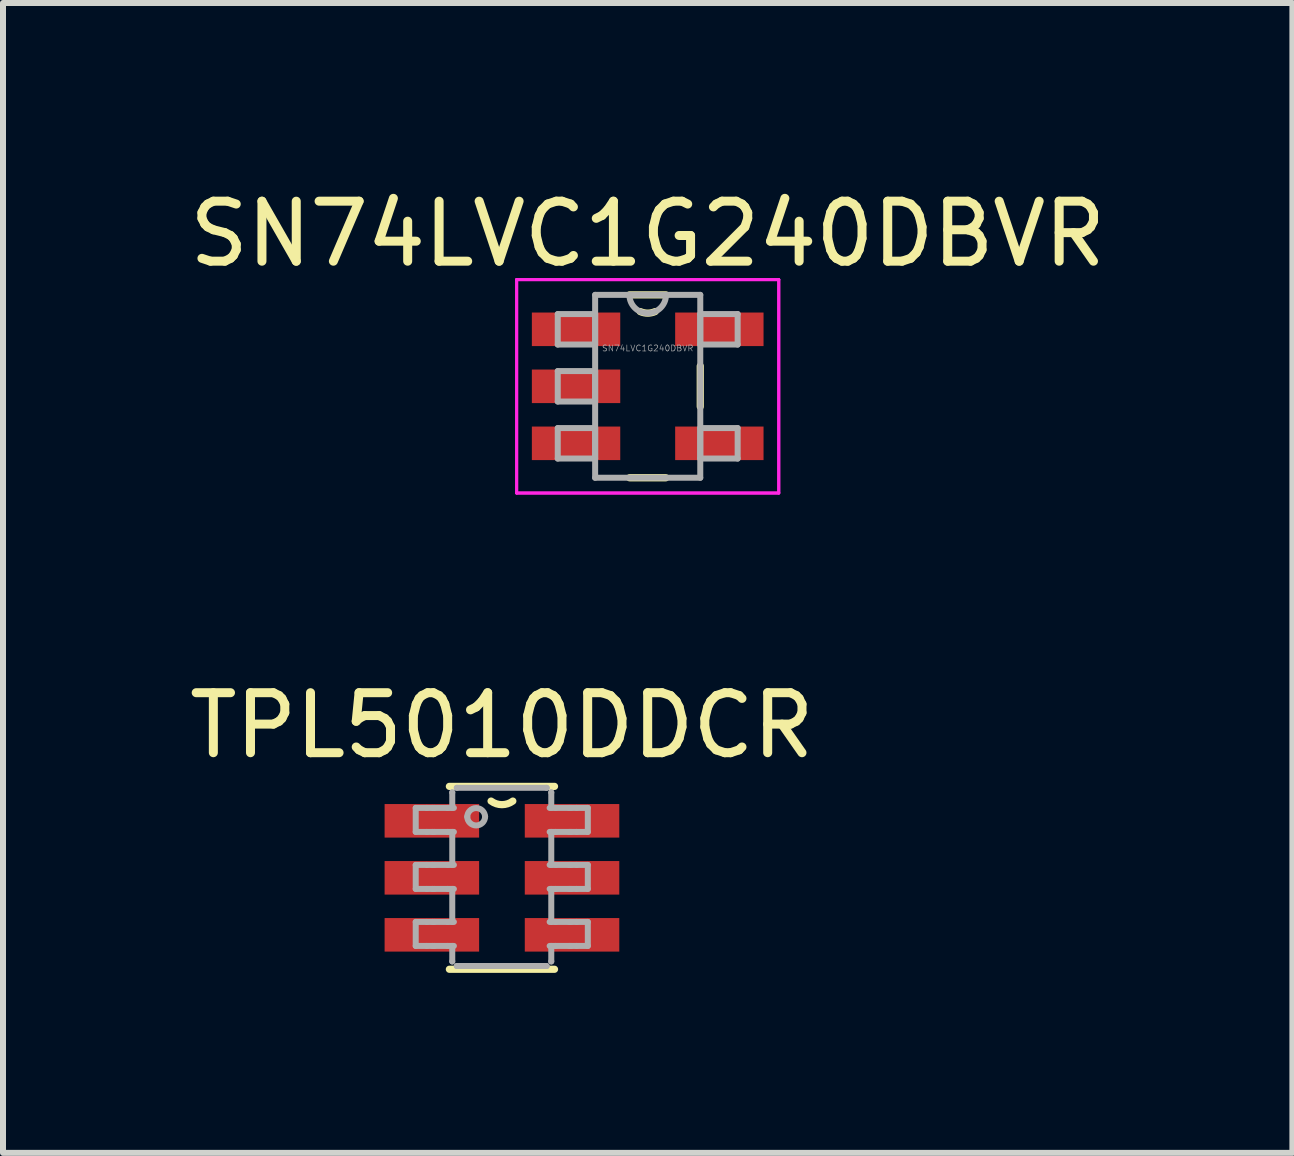
<source format=kicad_pcb>
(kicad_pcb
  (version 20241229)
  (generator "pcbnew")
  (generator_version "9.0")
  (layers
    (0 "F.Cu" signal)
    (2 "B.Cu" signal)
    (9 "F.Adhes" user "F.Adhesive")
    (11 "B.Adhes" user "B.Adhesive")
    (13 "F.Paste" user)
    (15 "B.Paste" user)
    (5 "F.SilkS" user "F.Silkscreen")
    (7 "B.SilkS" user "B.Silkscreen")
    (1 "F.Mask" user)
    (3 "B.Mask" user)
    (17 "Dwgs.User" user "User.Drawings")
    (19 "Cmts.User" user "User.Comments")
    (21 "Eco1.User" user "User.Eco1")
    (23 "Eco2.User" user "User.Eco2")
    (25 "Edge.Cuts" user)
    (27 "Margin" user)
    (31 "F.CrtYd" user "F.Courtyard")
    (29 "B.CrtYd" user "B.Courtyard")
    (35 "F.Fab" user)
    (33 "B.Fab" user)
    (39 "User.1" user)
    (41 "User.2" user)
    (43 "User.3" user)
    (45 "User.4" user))
  (footprint "TPL5010DDCR"
    (layer "F.Cu")
    (at 5.315 11.579)
    (property "Reference" "TPL5010DDCR" (at 0 -2.54 0) (layer "F.SilkS") (effects (font (size 1 1) (thickness 0.15))))
    (attr through_hole)
    (fp_line (start -0.876 -1.524) (end 0.876 -1.524) (stroke (width 0.12) (type solid)) (layer "F.SilkS"))
    (fp_line (start -0.876 1.524) (end 0.876 1.524) (stroke (width 0.12) (type solid)) (layer "F.SilkS"))
    (fp_arc (start 0.181329 -1.279005) (mid 0 -1.2192) (end -0.181329 -1.279005) (stroke (width 0.12) (type solid)) (layer "F.SilkS"))
    (fp_line (start -1.437 -1.165) (end -1.251 -1.165) (stroke (width 0.1) (type solid)) (layer "F.Fab"))
    (fp_line (start -1.437 -0.765) (end -1.437 -1.165) (stroke (width 0.1) (type solid)) (layer "F.Fab"))
    (fp_line (start -1.437 -0.765) (end -1.251 -0.765) (stroke (width 0.1) (type solid)) (layer "F.Fab"))
    (fp_line (start -1.437 -0.215) (end -1.251 -0.215) (stroke (width 0.1) (type solid)) (layer "F.Fab"))
    (fp_line (start -1.437 0.185) (end -1.437 -0.215) (stroke (width 0.1) (type solid)) (layer "F.Fab"))
    (fp_line (start -1.437 0.185) (end -1.251 0.185) (stroke (width 0.1) (type solid)) (layer "F.Fab"))
    (fp_line (start -1.437 0.735) (end -1.251 0.735) (stroke (width 0.1) (type solid)) (layer "F.Fab"))
    (fp_line (start -1.437 1.135) (end -1.437 0.735) (stroke (width 0.1) (type solid)) (layer "F.Fab"))
    (fp_line (start -1.437 1.135) (end -1.251 1.135) (stroke (width 0.1) (type solid)) (layer "F.Fab"))
    (fp_line (start -1.251 -1.165) (end -1.159 -1.165) (stroke (width 0.1) (type solid)) (layer "F.Fab"))
    (fp_line (start -1.251 -0.765) (end -1.159 -0.765) (stroke (width 0.1) (type solid)) (layer "F.Fab"))
    (fp_line (start -1.251 -0.215) (end -1.159 -0.215) (stroke (width 0.1) (type solid)) (layer "F.Fab"))
    (fp_line (start -1.251 0.185) (end -1.159 0.185) (stroke (width 0.1) (type solid)) (layer "F.Fab"))
    (fp_line (start -1.251 0.735) (end -1.159 0.735) (stroke (width 0.1) (type solid)) (layer "F.Fab"))
    (fp_line (start -1.251 1.135) (end -1.159 1.135) (stroke (width 0.1) (type solid)) (layer "F.Fab"))
    (fp_line (start -1.159 -1.165) (end -1.128 -1.165) (stroke (width 0.1) (type solid)) (layer "F.Fab"))
    (fp_line (start -1.159 -0.765) (end -1.128 -0.765) (stroke (width 0.1) (type solid)) (layer "F.Fab"))
    (fp_line (start -1.159 -0.215) (end -1.128 -0.215) (stroke (width 0.1) (type solid)) (layer "F.Fab"))
    (fp_line (start -1.159 0.185) (end -1.128 0.185) (stroke (width 0.1) (type solid)) (layer "F.Fab"))
    (fp_line (start -1.159 0.735) (end -1.128 0.735) (stroke (width 0.1) (type solid)) (layer "F.Fab"))
    (fp_line (start -1.159 1.135) (end -1.128 1.135) (stroke (width 0.1) (type solid)) (layer "F.Fab"))
    (fp_line (start -1.128 -1.165) (end -0.903 -1.165) (stroke (width 0.1) (type solid)) (layer "F.Fab"))
    (fp_line (start -1.128 -0.765) (end -0.903 -0.765) (stroke (width 0.1) (type solid)) (layer "F.Fab"))
    (fp_line (start -1.128 -0.215) (end -0.903 -0.215) (stroke (width 0.1) (type solid)) (layer "F.Fab"))
    (fp_line (start -1.128 0.185) (end -0.903 0.185) (stroke (width 0.1) (type solid)) (layer "F.Fab"))
    (fp_line (start -1.128 0.735) (end -0.903 0.735) (stroke (width 0.1) (type solid)) (layer "F.Fab"))
    (fp_line (start -1.128 1.135) (end -0.903 1.135) (stroke (width 0.1) (type solid)) (layer "F.Fab"))
    (fp_line (start -0.903 -1.165) (end -0.801 -1.165) (stroke (width 0.1) (type solid)) (layer "F.Fab"))
    (fp_line (start -0.903 -0.765) (end -0.801 -0.765) (stroke (width 0.1) (type solid)) (layer "F.Fab"))
    (fp_line (start -0.903 -0.215) (end -0.801 -0.215) (stroke (width 0.1) (type solid)) (layer "F.Fab"))
    (fp_line (start -0.903 0.185) (end -0.801 0.185) (stroke (width 0.1) (type solid)) (layer "F.Fab"))
    (fp_line (start -0.903 0.735) (end -0.801 0.735) (stroke (width 0.1) (type solid)) (layer "F.Fab"))
    (fp_line (start -0.903 1.135) (end -0.801 1.135) (stroke (width 0.1) (type solid)) (layer "F.Fab"))
    (fp_line (start -0.828 -1.422) (end -0.828 -1.426) (stroke (width 0.1) (type solid)) (layer "F.Fab"))
    (fp_line (start -0.828 -1.165) (end -0.828 -1.422) (stroke (width 0.1) (type solid)) (layer "F.Fab"))
    (fp_line (start -0.828 -0.215) (end -0.828 -0.765) (stroke (width 0.1) (type solid)) (layer "F.Fab"))
    (fp_line (start -0.828 0.735) (end -0.828 0.185) (stroke (width 0.1) (type solid)) (layer "F.Fab"))
    (fp_line (start -0.828 1.392) (end -0.828 1.135) (stroke (width 0.1) (type solid)) (layer "F.Fab"))
    (fp_line (start -0.828 1.395) (end -0.828 1.392) (stroke (width 0.1) (type solid)) (layer "F.Fab"))
    (fp_line (start -0.754 -1.5) (end -0.75 -1.5) (stroke (width 0.1) (type solid)) (layer "F.Fab"))
    (fp_line (start -0.754 1.47) (end -0.75 1.47) (stroke (width 0.1) (type solid)) (layer "F.Fab"))
    (fp_line (start -0.75 -1.5) (end 0.743 -1.5) (stroke (width 0.1) (type solid)) (layer "F.Fab"))
    (fp_line (start -0.75 1.47) (end 0.743 1.47) (stroke (width 0.1) (type solid)) (layer "F.Fab"))
    (fp_line (start 0.743 -1.5) (end 0.747 -1.5) (stroke (width 0.1) (type solid)) (layer "F.Fab"))
    (fp_line (start 0.743 1.47) (end 0.747 1.47) (stroke (width 0.1) (type solid)) (layer "F.Fab"))
    (fp_line (start 0.795 -1.165) (end 0.896 -1.165) (stroke (width 0.1) (type solid)) (layer "F.Fab"))
    (fp_line (start 0.795 -0.765) (end 0.896 -0.765) (stroke (width 0.1) (type solid)) (layer "F.Fab"))
    (fp_line (start 0.795 -0.215) (end 0.896 -0.215) (stroke (width 0.1) (type solid)) (layer "F.Fab"))
    (fp_line (start 0.795 0.185) (end 0.896 0.185) (stroke (width 0.1) (type solid)) (layer "F.Fab"))
    (fp_line (start 0.795 0.735) (end 0.896 0.735) (stroke (width 0.1) (type solid)) (layer "F.Fab"))
    (fp_line (start 0.795 1.135) (end 0.896 1.135) (stroke (width 0.1) (type solid)) (layer "F.Fab"))
    (fp_line (start 0.822 -1.422) (end 0.822 -1.426) (stroke (width 0.1) (type solid)) (layer "F.Fab"))
    (fp_line (start 0.822 -1.165) (end 0.822 -1.422) (stroke (width 0.1) (type solid)) (layer "F.Fab"))
    (fp_line (start 0.822 -0.215) (end 0.822 -0.765) (stroke (width 0.1) (type solid)) (layer "F.Fab"))
    (fp_line (start 0.822 0.735) (end 0.822 0.185) (stroke (width 0.1) (type solid)) (layer "F.Fab"))
    (fp_line (start 0.822 1.392) (end 0.822 1.135) (stroke (width 0.1) (type solid)) (layer "F.Fab"))
    (fp_line (start 0.822 1.395) (end 0.822 1.392) (stroke (width 0.1) (type solid)) (layer "F.Fab"))
    (fp_line (start 0.896 -1.165) (end 1.122 -1.165) (stroke (width 0.1) (type solid)) (layer "F.Fab"))
    (fp_line (start 0.896 -0.765) (end 1.122 -0.765) (stroke (width 0.1) (type solid)) (layer "F.Fab"))
    (fp_line (start 0.896 -0.215) (end 1.122 -0.215) (stroke (width 0.1) (type solid)) (layer "F.Fab"))
    (fp_line (start 0.896 0.185) (end 1.122 0.185) (stroke (width 0.1) (type solid)) (layer "F.Fab"))
    (fp_line (start 0.896 0.735) (end 1.122 0.735) (stroke (width 0.1) (type solid)) (layer "F.Fab"))
    (fp_line (start 0.896 1.135) (end 1.122 1.135) (stroke (width 0.1) (type solid)) (layer "F.Fab"))
    (fp_line (start 1.122 -1.165) (end 1.152 -1.165) (stroke (width 0.1) (type solid)) (layer "F.Fab"))
    (fp_line (start 1.122 -0.765) (end 1.152 -0.765) (stroke (width 0.1) (type solid)) (layer "F.Fab"))
    (fp_line (start 1.122 -0.215) (end 1.152 -0.215) (stroke (width 0.1) (type solid)) (layer "F.Fab"))
    (fp_line (start 1.122 0.185) (end 1.152 0.185) (stroke (width 0.1) (type solid)) (layer "F.Fab"))
    (fp_line (start 1.122 0.735) (end 1.152 0.735) (stroke (width 0.1) (type solid)) (layer "F.Fab"))
    (fp_line (start 1.122 1.135) (end 1.152 1.135) (stroke (width 0.1) (type solid)) (layer "F.Fab"))
    (fp_line (start 1.152 -1.165) (end 1.245 -1.165) (stroke (width 0.1) (type solid)) (layer "F.Fab"))
    (fp_line (start 1.152 -0.765) (end 1.245 -0.765) (stroke (width 0.1) (type solid)) (layer "F.Fab"))
    (fp_line (start 1.152 -0.215) (end 1.245 -0.215) (stroke (width 0.1) (type solid)) (layer "F.Fab"))
    (fp_line (start 1.152 0.185) (end 1.245 0.185) (stroke (width 0.1) (type solid)) (layer "F.Fab"))
    (fp_line (start 1.152 0.735) (end 1.245 0.735) (stroke (width 0.1) (type solid)) (layer "F.Fab"))
    (fp_line (start 1.152 1.135) (end 1.245 1.135) (stroke (width 0.1) (type solid)) (layer "F.Fab"))
    (fp_line (start 1.245 -1.165) (end 1.431 -1.165) (stroke (width 0.1) (type solid)) (layer "F.Fab"))
    (fp_line (start 1.245 -0.765) (end 1.431 -0.765) (stroke (width 0.1) (type solid)) (layer "F.Fab"))
    (fp_line (start 1.245 -0.215) (end 1.431 -0.215) (stroke (width 0.1) (type solid)) (layer "F.Fab"))
    (fp_line (start 1.245 0.185) (end 1.431 0.185) (stroke (width 0.1) (type solid)) (layer "F.Fab"))
    (fp_line (start 1.245 0.735) (end 1.431 0.735) (stroke (width 0.1) (type solid)) (layer "F.Fab"))
    (fp_line (start 1.245 1.135) (end 1.431 1.135) (stroke (width 0.1) (type solid)) (layer "F.Fab"))
    (fp_line (start 1.431 -0.765) (end 1.431 -1.165) (stroke (width 0.1) (type solid)) (layer "F.Fab"))
    (fp_line (start 1.431 0.185) (end 1.431 -0.215) (stroke (width 0.1) (type solid)) (layer "F.Fab"))
    (fp_line (start 1.431 1.135) (end 1.431 0.735) (stroke (width 0.1) (type solid)) (layer "F.Fab"))
    (fp_arc (start -0.578323 -1.017679) (mid -0.429542 -1.16646) (end -0.280761 -1.017679) (stroke (width 0.1) (type solid)) (layer "F.Fab"))
    (fp_arc (start -0.280762 -1.017679) (mid -0.429542 -0.868899) (end -0.578322 -1.017679) (stroke (width 0.1) (type solid)) (layer "F.Fab"))
    (pad "1" smd rect (at -1.168 -0.95) (size 1.575 0.559) (layers "F.Cu" "F.Mask" "F.Paste"))
    (pad "2" smd rect (at -1.168 0) (size 1.575 0.559) (layers "F.Cu" "F.Mask" "F.Paste"))
    (pad "3" smd rect (at -1.168 0.95) (size 1.575 0.559) (layers "F.Cu" "F.Mask" "F.Paste"))
    (pad "4" smd rect (at 1.168 0.95) (size 1.575 0.559) (layers "F.Cu" "F.Mask" "F.Paste"))
    (pad "5" smd rect (at 1.168 0) (size 1.575 0.559) (layers "F.Cu" "F.Mask" "F.Paste"))
    (pad "6" smd rect (at 1.168 -0.95) (size 1.575 0.559) (layers "F.Cu" "F.Mask" "F.Paste")))
  (footprint "SN74LVC1G240DBVR"
    (layer "F.Cu")
    (at 7.744 3.388)
    (property "Reference" "SN74LVC1G240DBVR" (at 0 -2.54 0) (layer "F.SilkS") (effects (font (size 1 1) (thickness 0.15))))
    (attr through_hole)
    (fp_line (start -0.303 1.524) (end 0.303 1.524) (stroke (width 0.12) (type solid)) (layer "F.SilkS"))
    (fp_line (start 0.303 -1.524) (end -0.303 -1.524) (stroke (width 0.12) (type solid)) (layer "F.SilkS"))
    (fp_line (start 0.876 0.338) (end 0.876 -0.338) (stroke (width 0.12) (type solid)) (layer "F.SilkS"))
    (fp_arc (start 0.124872 -1.245953) (mid 0 -1.2192) (end -0.124872 -1.245953) (stroke (width 0.12) (type solid)) (layer "F.SilkS"))
    (fp_line (start -2.184 -1.778) (end 2.184 -1.778) (stroke (width 0.05) (type solid)) (layer "F.CrtYd"))
    (fp_line (start -2.184 -1.778) (end 2.184 -1.778) (stroke (width 0.05) (type solid)) (layer "F.CrtYd"))
    (fp_line (start -2.184 1.778) (end -2.184 -1.778) (stroke (width 0.05) (type solid)) (layer "F.CrtYd"))
    (fp_line (start -2.184 1.778) (end -2.184 -1.778) (stroke (width 0.05) (type solid)) (layer "F.CrtYd"))
    (fp_line (start 2.184 -1.778) (end 2.184 1.778) (stroke (width 0.05) (type solid)) (layer "F.CrtYd"))
    (fp_line (start 2.184 -1.778) (end 2.184 1.778) (stroke (width 0.05) (type solid)) (layer "F.CrtYd"))
    (fp_line (start 2.184 1.778) (end -2.184 1.778) (stroke (width 0.05) (type solid)) (layer "F.CrtYd"))
    (fp_line (start 2.184 1.778) (end -2.184 1.778) (stroke (width 0.05) (type solid)) (layer "F.CrtYd"))
    (fp_line (start -1.499 -1.204) (end -1.499 -0.696) (stroke (width 0.1) (type solid)) (layer "F.Fab"))
    (fp_line (start -1.499 -0.696) (end -0.876 -0.696) (stroke (width 0.1) (type solid)) (layer "F.Fab"))
    (fp_line (start -1.499 -0.254) (end -1.499 0.254) (stroke (width 0.1) (type solid)) (layer "F.Fab"))
    (fp_line (start -1.499 0.254) (end -0.876 0.254) (stroke (width 0.1) (type solid)) (layer "F.Fab"))
    (fp_line (start -1.499 0.696) (end -1.499 1.204) (stroke (width 0.1) (type solid)) (layer "F.Fab"))
    (fp_line (start -1.499 1.204) (end -0.876 1.204) (stroke (width 0.1) (type solid)) (layer "F.Fab"))
    (fp_line (start -0.876 -1.524) (end -0.876 1.524) (stroke (width 0.1) (type solid)) (layer "F.Fab"))
    (fp_line (start -0.876 -1.204) (end -1.499 -1.204) (stroke (width 0.1) (type solid)) (layer "F.Fab"))
    (fp_line (start -0.876 -0.696) (end -0.876 -1.204) (stroke (width 0.1) (type solid)) (layer "F.Fab"))
    (fp_line (start -0.876 -0.254) (end -1.499 -0.254) (stroke (width 0.1) (type solid)) (layer "F.Fab"))
    (fp_line (start -0.876 0.254) (end -0.876 -0.254) (stroke (width 0.1) (type solid)) (layer "F.Fab"))
    (fp_line (start -0.876 0.696) (end -1.499 0.696) (stroke (width 0.1) (type solid)) (layer "F.Fab"))
    (fp_line (start -0.876 1.204) (end -0.876 0.696) (stroke (width 0.1) (type solid)) (layer "F.Fab"))
    (fp_line (start -0.876 1.524) (end 0.876 1.524) (stroke (width 0.1) (type solid)) (layer "F.Fab"))
    (fp_line (start 0.876 -1.524) (end -0.876 -1.524) (stroke (width 0.1) (type solid)) (layer "F.Fab"))
    (fp_line (start 0.876 -1.204) (end 0.876 -0.696) (stroke (width 0.1) (type solid)) (layer "F.Fab"))
    (fp_line (start 0.876 -0.696) (end 1.499 -0.696) (stroke (width 0.1) (type solid)) (layer "F.Fab"))
    (fp_line (start 0.876 0.696) (end 0.876 1.204) (stroke (width 0.1) (type solid)) (layer "F.Fab"))
    (fp_line (start 0.876 1.204) (end 1.499 1.204) (stroke (width 0.1) (type solid)) (layer "F.Fab"))
    (fp_line (start 0.876 1.524) (end 0.876 -1.524) (stroke (width 0.1) (type solid)) (layer "F.Fab"))
    (fp_line (start 1.499 -1.204) (end 0.876 -1.204) (stroke (width 0.1) (type solid)) (layer "F.Fab"))
    (fp_line (start 1.499 -0.696) (end 1.499 -1.204) (stroke (width 0.1) (type solid)) (layer "F.Fab"))
    (fp_line (start 1.499 0.696) (end 0.876 0.696) (stroke (width 0.1) (type solid)) (layer "F.Fab"))
    (fp_line (start 1.499 1.204) (end 1.499 0.696) (stroke (width 0.1) (type solid)) (layer "F.Fab"))
    (fp_arc (start 0.3048 -1.524) (mid 0 -1.2192) (end -0.3048 -1.524) (stroke (width 0.1) (type solid)) (layer "F.Fab"))
    (fp_text user "${REFERENCE}" (at 0 -0.635 0) (layer "F.Fab") (effects (font (size 0.1 0.1) (thickness 0.01))))
    (pad "1" smd rect (at -1.194 -0.95) (size 1.473 0.559) (layers "F.Cu" "F.Mask" "F.Paste"))
    (pad "2" smd rect (at -1.194 0) (size 1.473 0.559) (layers "F.Cu" "F.Mask" "F.Paste"))
    (pad "3" smd rect (at -1.194 0.95) (size 1.473 0.559) (layers "F.Cu" "F.Mask" "F.Paste"))
    (pad "4" smd rect (at 1.194 0.95) (size 1.473 0.559) (layers "F.Cu" "F.Mask" "F.Paste"))
    (pad "5" smd rect (at 1.194 -0.95) (size 1.473 0.559) (layers "F.Cu" "F.Mask" "F.Paste")))
  (gr_rect
    (start -3 -3)
    (end 18.488 16.163)
    (stroke (width 0.1) (type default))
    (fill no)
    (layer "Edge.Cuts")))
</source>
